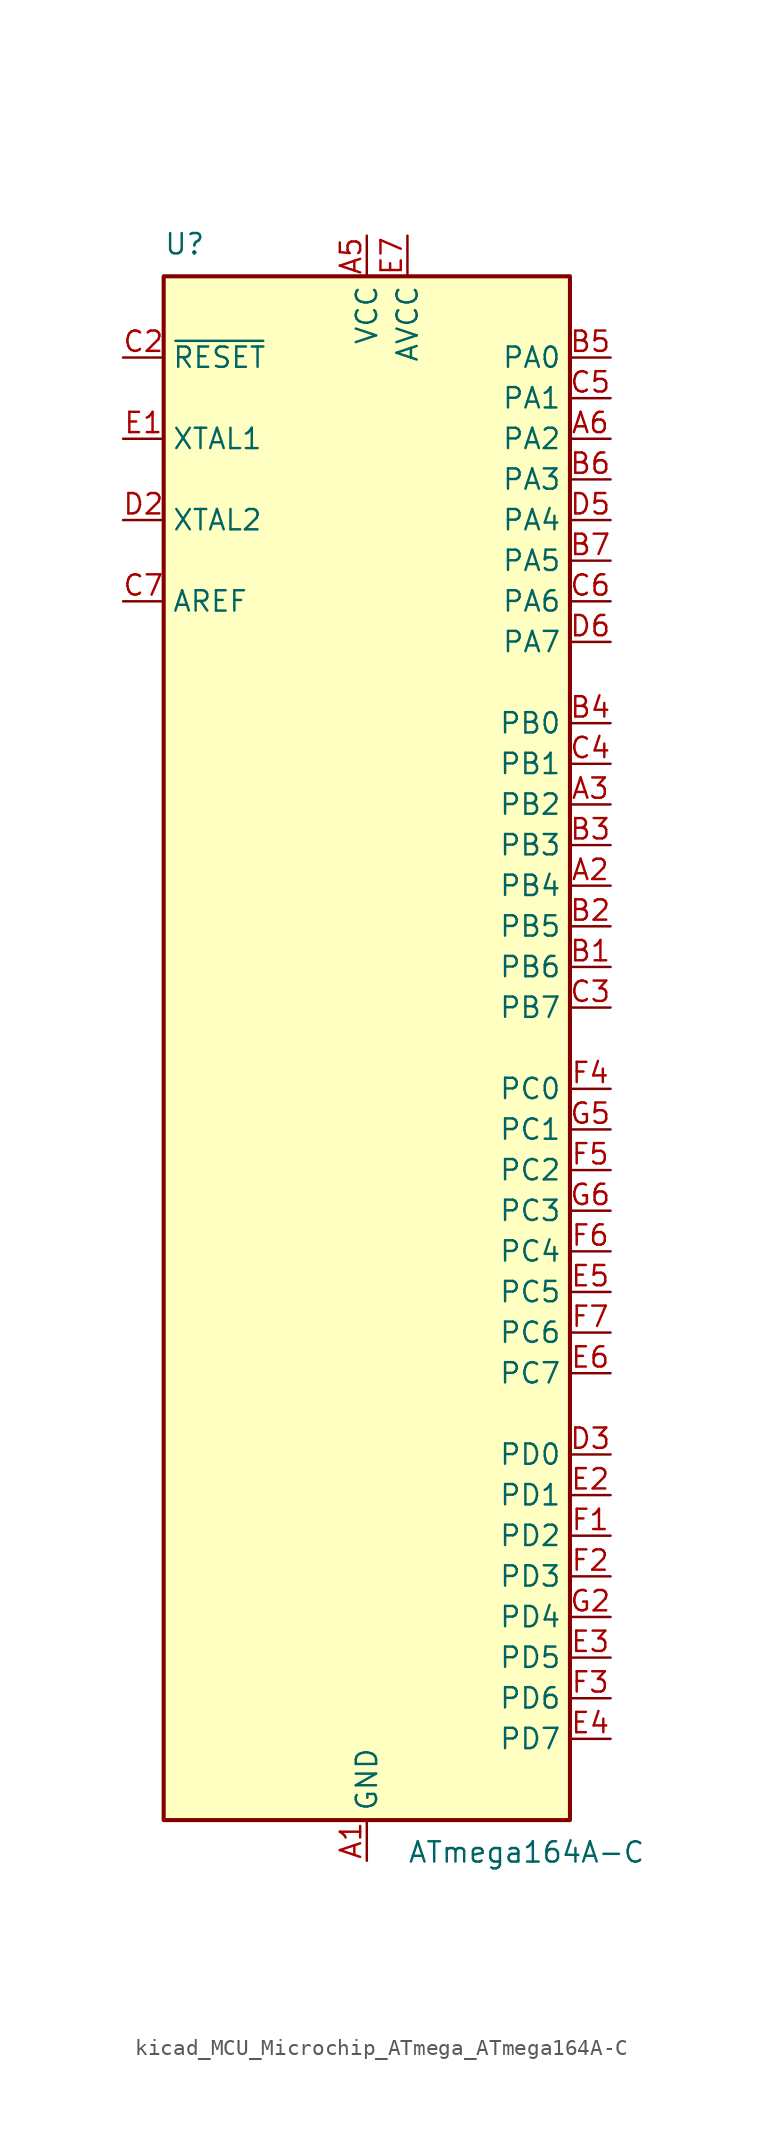
<source format=kicad_sym>
(kicad_symbol_lib
  (version 20220914)
  (generator kicad_symbol_editor)
  (symbol "kicad_MCU_Microchip_ATmega_ATmega164A-C"
    (property "Reference" "U"
      (at -12.7 49.53 0)
      (effects (font (size 1.27 1.27)) (justify left bottom)))
    (property "Value" "ATmega164A-C"
      (at 2.54 -49.53 0)
      (effects (font (size 1.27 1.27)) (justify left top)))
    (symbol "kicad_MCU_Microchip_ATmega_ATmega164A-C_0_1"
      (rectangle (start -12.7 -48.26) (end 12.7 48.26) (stroke (width 0.254) (type default)) (fill (type background))))
    (symbol "kicad_MCU_Microchip_ATmega_ATmega164A-C_1_1"
      (pin power_in line (at 0 -50.8 90) (length 2.54) (name "GND" (effects (font (size 1.27 1.27)))) (number "A1" (effects (font (size 1.27 1.27)))))
      (pin bidirectional line (at 15.24 10.16 180) (length 2.54) (name "PB4" (effects (font (size 1.27 1.27)))) (number "A2" (effects (font (size 1.27 1.27)))))
      (pin bidirectional line (at 15.24 15.24 180) (length 2.54) (name "PB2" (effects (font (size 1.27 1.27)))) (number "A3" (effects (font (size 1.27 1.27)))))
      (pin passive line (at 0 -50.8 90) (length 2.54) hide (name "GND" (effects (font (size 1.27 1.27)))) (number "A4" (effects (font (size 1.27 1.27)))))
      (pin power_in line (at 0 50.8 270) (length 2.54) (name "VCC" (effects (font (size 1.27 1.27)))) (number "A5" (effects (font (size 1.27 1.27)))))
      (pin bidirectional line (at 15.24 38.1 180) (length 2.54) (name "PA2" (effects (font (size 1.27 1.27)))) (number "A6" (effects (font (size 1.27 1.27)))))
      (pin passive line (at 0 -50.8 90) (length 2.54) hide (name "GND" (effects (font (size 1.27 1.27)))) (number "A7" (effects (font (size 1.27 1.27)))))
      (pin bidirectional line (at 15.24 5.08 180) (length 2.54) (name "PB6" (effects (font (size 1.27 1.27)))) (number "B1" (effects (font (size 1.27 1.27)))))
      (pin bidirectional line (at 15.24 7.62 180) (length 2.54) (name "PB5" (effects (font (size 1.27 1.27)))) (number "B2" (effects (font (size 1.27 1.27)))))
      (pin bidirectional line (at 15.24 12.7 180) (length 2.54) (name "PB3" (effects (font (size 1.27 1.27)))) (number "B3" (effects (font (size 1.27 1.27)))))
      (pin bidirectional line (at 15.24 20.32 180) (length 2.54) (name "PB0" (effects (font (size 1.27 1.27)))) (number "B4" (effects (font (size 1.27 1.27)))))
      (pin bidirectional line (at 15.24 43.18 180) (length 2.54) (name "PA0" (effects (font (size 1.27 1.27)))) (number "B5" (effects (font (size 1.27 1.27)))))
      (pin bidirectional line (at 15.24 35.56 180) (length 2.54) (name "PA3" (effects (font (size 1.27 1.27)))) (number "B6" (effects (font (size 1.27 1.27)))))
      (pin bidirectional line (at 15.24 30.48 180) (length 2.54) (name "PA5" (effects (font (size 1.27 1.27)))) (number "B7" (effects (font (size 1.27 1.27)))))
      (pin passive line (at 0 50.8 270) (length 2.54) hide (name "VCC" (effects (font (size 1.27 1.27)))) (number "C1" (effects (font (size 1.27 1.27)))))
      (pin input line (at -15.24 43.18 0) (length 2.54) (name "~{RESET}" (effects (font (size 1.27 1.27)))) (number "C2" (effects (font (size 1.27 1.27)))))
      (pin bidirectional line (at 15.24 2.54 180) (length 2.54) (name "PB7" (effects (font (size 1.27 1.27)))) (number "C3" (effects (font (size 1.27 1.27)))))
      (pin bidirectional line (at 15.24 17.78 180) (length 2.54) (name "PB1" (effects (font (size 1.27 1.27)))) (number "C4" (effects (font (size 1.27 1.27)))))
      (pin bidirectional line (at 15.24 40.64 180) (length 2.54) (name "PA1" (effects (font (size 1.27 1.27)))) (number "C5" (effects (font (size 1.27 1.27)))))
      (pin bidirectional line (at 15.24 27.94 180) (length 2.54) (name "PA6" (effects (font (size 1.27 1.27)))) (number "C6" (effects (font (size 1.27 1.27)))))
      (pin passive line (at -15.24 27.94 0) (length 2.54) (name "AREF" (effects (font (size 1.27 1.27)))) (number "C7" (effects (font (size 1.27 1.27)))))
      (pin passive line (at 0 -50.8 90) (length 2.54) hide (name "GND" (effects (font (size 1.27 1.27)))) (number "D1" (effects (font (size 1.27 1.27)))))
      (pin output line (at -15.24 33.02 0) (length 2.54) (name "XTAL2" (effects (font (size 1.27 1.27)))) (number "D2" (effects (font (size 1.27 1.27)))))
      (pin bidirectional line (at 15.24 -25.4 180) (length 2.54) (name "PD0" (effects (font (size 1.27 1.27)))) (number "D3" (effects (font (size 1.27 1.27)))))
      (pin passive line (at 0 -50.8 90) (length 2.54) hide (name "GND" (effects (font (size 1.27 1.27)))) (number "D4" (effects (font (size 1.27 1.27)))))
      (pin bidirectional line (at 15.24 33.02 180) (length 2.54) (name "PA4" (effects (font (size 1.27 1.27)))) (number "D5" (effects (font (size 1.27 1.27)))))
      (pin bidirectional line (at 15.24 25.4 180) (length 2.54) (name "PA7" (effects (font (size 1.27 1.27)))) (number "D6" (effects (font (size 1.27 1.27)))))
      (pin passive line (at 0 -50.8 90) (length 2.54) hide (name "GND" (effects (font (size 1.27 1.27)))) (number "D7" (effects (font (size 1.27 1.27)))))
      (pin input line (at -15.24 38.1 0) (length 2.54) (name "XTAL1" (effects (font (size 1.27 1.27)))) (number "E1" (effects (font (size 1.27 1.27)))))
      (pin bidirectional line (at 15.24 -27.94 180) (length 2.54) (name "PD1" (effects (font (size 1.27 1.27)))) (number "E2" (effects (font (size 1.27 1.27)))))
      (pin bidirectional line (at 15.24 -38.1 180) (length 2.54) (name "PD5" (effects (font (size 1.27 1.27)))) (number "E3" (effects (font (size 1.27 1.27)))))
      (pin bidirectional line (at 15.24 -43.18 180) (length 2.54) (name "PD7" (effects (font (size 1.27 1.27)))) (number "E4" (effects (font (size 1.27 1.27)))))
      (pin bidirectional line (at 15.24 -15.24 180) (length 2.54) (name "PC5" (effects (font (size 1.27 1.27)))) (number "E5" (effects (font (size 1.27 1.27)))))
      (pin bidirectional line (at 15.24 -20.32 180) (length 2.54) (name "PC7" (effects (font (size 1.27 1.27)))) (number "E6" (effects (font (size 1.27 1.27)))))
      (pin power_in line (at 2.54 50.8 270) (length 2.54) (name "AVCC" (effects (font (size 1.27 1.27)))) (number "E7" (effects (font (size 1.27 1.27)))))
      (pin bidirectional line (at 15.24 -30.48 180) (length 2.54) (name "PD2" (effects (font (size 1.27 1.27)))) (number "F1" (effects (font (size 1.27 1.27)))))
      (pin bidirectional line (at 15.24 -33.02 180) (length 2.54) (name "PD3" (effects (font (size 1.27 1.27)))) (number "F2" (effects (font (size 1.27 1.27)))))
      (pin bidirectional line (at 15.24 -40.64 180) (length 2.54) (name "PD6" (effects (font (size 1.27 1.27)))) (number "F3" (effects (font (size 1.27 1.27)))))
      (pin bidirectional line (at 15.24 -2.54 180) (length 2.54) (name "PC0" (effects (font (size 1.27 1.27)))) (number "F4" (effects (font (size 1.27 1.27)))))
      (pin bidirectional line (at 15.24 -7.62 180) (length 2.54) (name "PC2" (effects (font (size 1.27 1.27)))) (number "F5" (effects (font (size 1.27 1.27)))))
      (pin bidirectional line (at 15.24 -12.7 180) (length 2.54) (name "PC4" (effects (font (size 1.27 1.27)))) (number "F6" (effects (font (size 1.27 1.27)))))
      (pin bidirectional line (at 15.24 -17.78 180) (length 2.54) (name "PC6" (effects (font (size 1.27 1.27)))) (number "F7" (effects (font (size 1.27 1.27)))))
      (pin passive line (at 0 -50.8 90) (length 2.54) hide (name "GND" (effects (font (size 1.27 1.27)))) (number "G1" (effects (font (size 1.27 1.27)))))
      (pin bidirectional line (at 15.24 -35.56 180) (length 2.54) (name "PD4" (effects (font (size 1.27 1.27)))) (number "G2" (effects (font (size 1.27 1.27)))))
      (pin passive line (at 0 50.8 270) (length 2.54) hide (name "VCC" (effects (font (size 1.27 1.27)))) (number "G3" (effects (font (size 1.27 1.27)))))
      (pin passive line (at 0 -50.8 90) (length 2.54) hide (name "GND" (effects (font (size 1.27 1.27)))) (number "G4" (effects (font (size 1.27 1.27)))))
      (pin bidirectional line (at 15.24 -5.08 180) (length 2.54) (name "PC1" (effects (font (size 1.27 1.27)))) (number "G5" (effects (font (size 1.27 1.27)))))
      (pin bidirectional line (at 15.24 -10.16 180) (length 2.54) (name "PC3" (effects (font (size 1.27 1.27)))) (number "G6" (effects (font (size 1.27 1.27)))))
      (pin passive line (at 0 -50.8 90) (length 2.54) hide (name "GND" (effects (font (size 1.27 1.27)))) (number "G7" (effects (font (size 1.27 1.27))))))))
</source>
